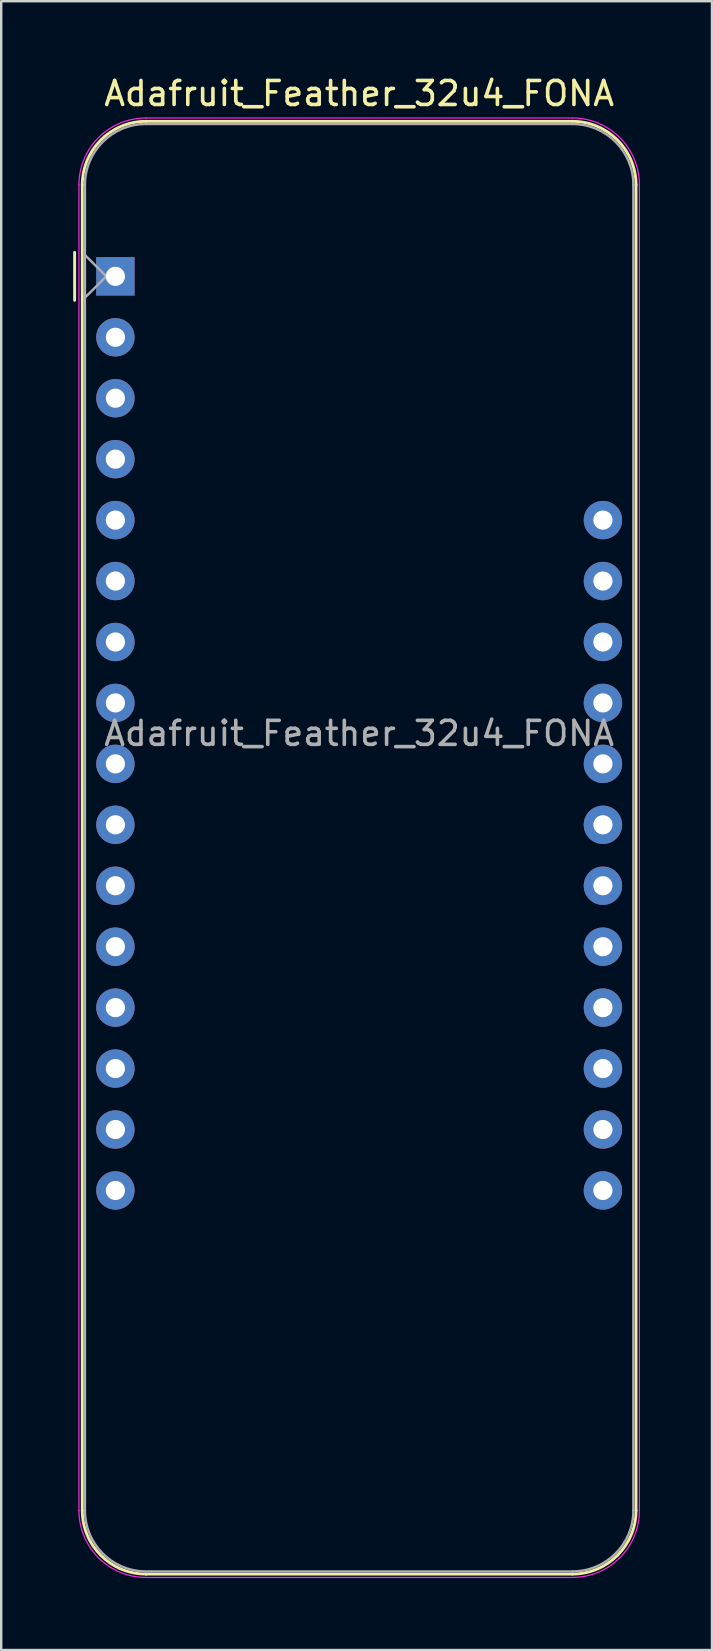
<source format=kicad_pcb>
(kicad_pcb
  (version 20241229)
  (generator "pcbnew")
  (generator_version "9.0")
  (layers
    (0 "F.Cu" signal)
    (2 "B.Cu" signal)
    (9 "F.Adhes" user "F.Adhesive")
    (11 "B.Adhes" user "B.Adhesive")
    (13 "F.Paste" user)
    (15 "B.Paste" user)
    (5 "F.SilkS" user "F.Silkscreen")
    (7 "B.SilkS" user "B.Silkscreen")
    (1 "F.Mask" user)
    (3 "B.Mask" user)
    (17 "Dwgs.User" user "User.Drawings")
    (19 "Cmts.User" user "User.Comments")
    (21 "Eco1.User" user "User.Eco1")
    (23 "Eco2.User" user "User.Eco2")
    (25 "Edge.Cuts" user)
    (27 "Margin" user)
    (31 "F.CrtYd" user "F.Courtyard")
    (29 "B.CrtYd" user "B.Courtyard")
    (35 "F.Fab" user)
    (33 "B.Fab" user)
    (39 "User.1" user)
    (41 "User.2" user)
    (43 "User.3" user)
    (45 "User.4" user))
  (footprint "Adafruit_Feather_32u4_FONA"
    (layer "F.Cu")
    (at 1.76 8.468)
    (property "Reference" "Adafruit_Feather_32u4_FONA" (at 10.16 -7.62 0) (layer "F.SilkS") (effects (font (size 1 1) (thickness 0.15))))
    (attr through_hole)
    (fp_line (start -1.7 1) (end -1.7 -1) (stroke (width 0.12) (type solid)) (layer "F.SilkS"))
    (fp_line (start -1.38 -3.81) (end -1.38 51.44) (stroke (width 0.12) (type solid)) (layer "F.SilkS"))
    (fp_line (start 19.05 -6.46) (end 1.27 -6.46) (stroke (width 0.12) (type solid)) (layer "F.SilkS"))
    (fp_line (start 19.05 54.09) (end 1.27 54.09) (stroke (width 0.12) (type solid)) (layer "F.SilkS"))
    (fp_line (start 21.7 -3.81) (end 21.7 51.44) (stroke (width 0.12) (type solid)) (layer "F.SilkS"))
    (fp_arc (start -1.38 -3.81) (mid -0.603833 -5.683833) (end 1.27 -6.46) (stroke (width 0.12) (type solid)) (layer "F.SilkS"))
    (fp_arc (start 1.27 54.09) (mid -0.603833 53.313833) (end -1.38 51.44) (stroke (width 0.12) (type solid)) (layer "F.SilkS"))
    (fp_arc (start 19.05 -6.46) (mid 20.923833 -5.683833) (end 21.7 -3.81) (stroke (width 0.12) (type solid)) (layer "F.SilkS"))
    (fp_arc (start 21.7 51.44) (mid 20.923833 53.313833) (end 19.05 54.09) (stroke (width 0.12) (type solid)) (layer "F.SilkS"))
    (fp_line (start -1.52 51.44) (end -1.52 -3.81) (stroke (width 0.05) (type solid)) (layer "F.CrtYd"))
    (fp_line (start 19.05 -6.6) (end 1.27 -6.6) (stroke (width 0.05) (type solid)) (layer "F.CrtYd"))
    (fp_line (start 19.05 54.23) (end 1.27 54.23) (stroke (width 0.05) (type solid)) (layer "F.CrtYd"))
    (fp_line (start 21.84 51.44) (end 21.84 -3.81) (stroke (width 0.05) (type solid)) (layer "F.CrtYd"))
    (fp_arc (start -1.52 -3.81) (mid -0.702828 -5.782828) (end 1.27 -6.6) (stroke (width 0.05) (type solid)) (layer "F.CrtYd"))
    (fp_arc (start 1.27 54.23) (mid -0.702828 53.412828) (end -1.52 51.44) (stroke (width 0.05) (type solid)) (layer "F.CrtYd"))
    (fp_arc (start 19.05 -6.6) (mid 21.022828 -5.782828) (end 21.84 -3.81) (stroke (width 0.05) (type solid)) (layer "F.CrtYd"))
    (fp_arc (start 21.84 51.44) (mid 21.022828 53.412828) (end 19.05 54.23) (stroke (width 0.05) (type solid)) (layer "F.CrtYd"))
    (fp_line (start -1.27 -3.81) (end -1.27 51.44) (stroke (width 0.1) (type solid)) (layer "F.Fab"))
    (fp_line (start -1.27 -0.889) (end -0.381 0) (stroke (width 0.1) (type solid)) (layer "F.Fab"))
    (fp_line (start -0.381 0) (end -1.27 0.889) (stroke (width 0.1) (type solid)) (layer "F.Fab"))
    (fp_line (start 1.27 53.98) (end 19.05 53.98) (stroke (width 0.1) (type solid)) (layer "F.Fab"))
    (fp_line (start 19.05 -6.35) (end 1.27 -6.35) (stroke (width 0.1) (type solid)) (layer "F.Fab"))
    (fp_line (start 21.59 51.44) (end 21.59 -3.81) (stroke (width 0.1) (type solid)) (layer "F.Fab"))
    (fp_arc (start -1.27 -3.81) (mid -0.526051 -5.606051) (end 1.27 -6.35) (stroke (width 0.1) (type solid)) (layer "F.Fab"))
    (fp_arc (start 1.221238 53.979532) (mid -0.543209 53.218728) (end -1.27 51.44) (stroke (width 0.1) (type solid)) (layer "F.Fab"))
    (fp_arc (start 19.05 -6.35) (mid 20.846051 -5.606051) (end 21.59 -3.81) (stroke (width 0.1) (type solid)) (layer "F.Fab"))
    (fp_arc (start 21.59 51.44) (mid 20.846051 53.236051) (end 19.05 53.98) (stroke (width 0.1) (type solid)) (layer "F.Fab"))
    (fp_text user "${REFERENCE}" (at 10.16 19.05 180) (layer "F.Fab") (effects (font (size 1 1) (thickness 0.15))))
    (pad "1" thru_hole rect (at 0 0 180) (size 1.6 1.6) (drill 0.8) (layers "*.Cu" "*.Mask"))
    (pad "2" thru_hole circle (at 0 2.54 180) (size 1.6 1.6) (drill 0.8) (layers "*.Cu" "*.Mask"))
    (pad "3" thru_hole circle (at 0 5.08 180) (size 1.6 1.6) (drill 0.8) (layers "*.Cu" "*.Mask"))
    (pad "4" thru_hole circle (at 0 7.62 180) (size 1.6 1.6) (drill 0.8) (layers "*.Cu" "*.Mask"))
    (pad "5" thru_hole circle (at 0 10.16 180) (size 1.6 1.6) (drill 0.8) (layers "*.Cu" "*.Mask"))
    (pad "6" thru_hole circle (at 0 12.7 180) (size 1.6 1.6) (drill 0.8) (layers "*.Cu" "*.Mask"))
    (pad "7" thru_hole circle (at 0 15.24 180) (size 1.6 1.6) (drill 0.8) (layers "*.Cu" "*.Mask"))
    (pad "8" thru_hole circle (at 0 17.78 180) (size 1.6 1.6) (drill 0.8) (layers "*.Cu" "*.Mask"))
    (pad "9" thru_hole circle (at 0 20.32 180) (size 1.6 1.6) (drill 0.8) (layers "*.Cu" "*.Mask"))
    (pad "10" thru_hole circle (at 0 22.86 180) (size 1.6 1.6) (drill 0.8) (layers "*.Cu" "*.Mask"))
    (pad "11" thru_hole circle (at 0 25.4 180) (size 1.6 1.6) (drill 0.8) (layers "*.Cu" "*.Mask"))
    (pad "12" thru_hole circle (at 0 27.94 180) (size 1.6 1.6) (drill 0.8) (layers "*.Cu" "*.Mask"))
    (pad "13" thru_hole circle (at 0 30.48 180) (size 1.6 1.6) (drill 0.8) (layers "*.Cu" "*.Mask"))
    (pad "14" thru_hole circle (at 0 33.02 180) (size 1.6 1.6) (drill 0.8) (layers "*.Cu" "*.Mask"))
    (pad "15" thru_hole circle (at 0 35.56 180) (size 1.6 1.6) (drill 0.8) (layers "*.Cu" "*.Mask"))
    (pad "16" thru_hole circle (at 0 38.1 180) (size 1.6 1.6) (drill 0.8) (layers "*.Cu" "*.Mask"))
    (pad "17" thru_hole circle (at 20.32 38.1 180) (size 1.6 1.6) (drill 0.8) (layers "*.Cu" "*.Mask"))
    (pad "18" thru_hole circle (at 20.32 35.56 180) (size 1.6 1.6) (drill 0.8) (layers "*.Cu" "*.Mask"))
    (pad "19" thru_hole circle (at 20.32 33.02 180) (size 1.6 1.6) (drill 0.8) (layers "*.Cu" "*.Mask"))
    (pad "20" thru_hole circle (at 20.32 30.48 180) (size 1.6 1.6) (drill 0.8) (layers "*.Cu" "*.Mask"))
    (pad "21" thru_hole circle (at 20.32 27.94 180) (size 1.6 1.6) (drill 0.8) (layers "*.Cu" "*.Mask"))
    (pad "22" thru_hole circle (at 20.32 25.4 180) (size 1.6 1.6) (drill 0.8) (layers "*.Cu" "*.Mask"))
    (pad "23" thru_hole circle (at 20.32 22.86 180) (size 1.6 1.6) (drill 0.8) (layers "*.Cu" "*.Mask"))
    (pad "24" thru_hole circle (at 20.32 20.32 180) (size 1.6 1.6) (drill 0.8) (layers "*.Cu" "*.Mask"))
    (pad "25" thru_hole circle (at 20.32 17.78 180) (size 1.6 1.6) (drill 0.8) (layers "*.Cu" "*.Mask"))
    (pad "26" thru_hole circle (at 20.32 15.24 180) (size 1.6 1.6) (drill 0.8) (layers "*.Cu" "*.Mask"))
    (pad "27" thru_hole circle (at 20.32 12.7 180) (size 1.6 1.6) (drill 0.8) (layers "*.Cu" "*.Mask"))
    (pad "28" thru_hole circle (at 20.32 10.16 180) (size 1.6 1.6) (drill 0.8) (layers "*.Cu" "*.Mask")))
  (gr_rect
    (start -3 -3)
    (end 26.625 65.723)
    (stroke (width 0.1) (type default))
    (fill no)
    (layer "Edge.Cuts")))
</source>
